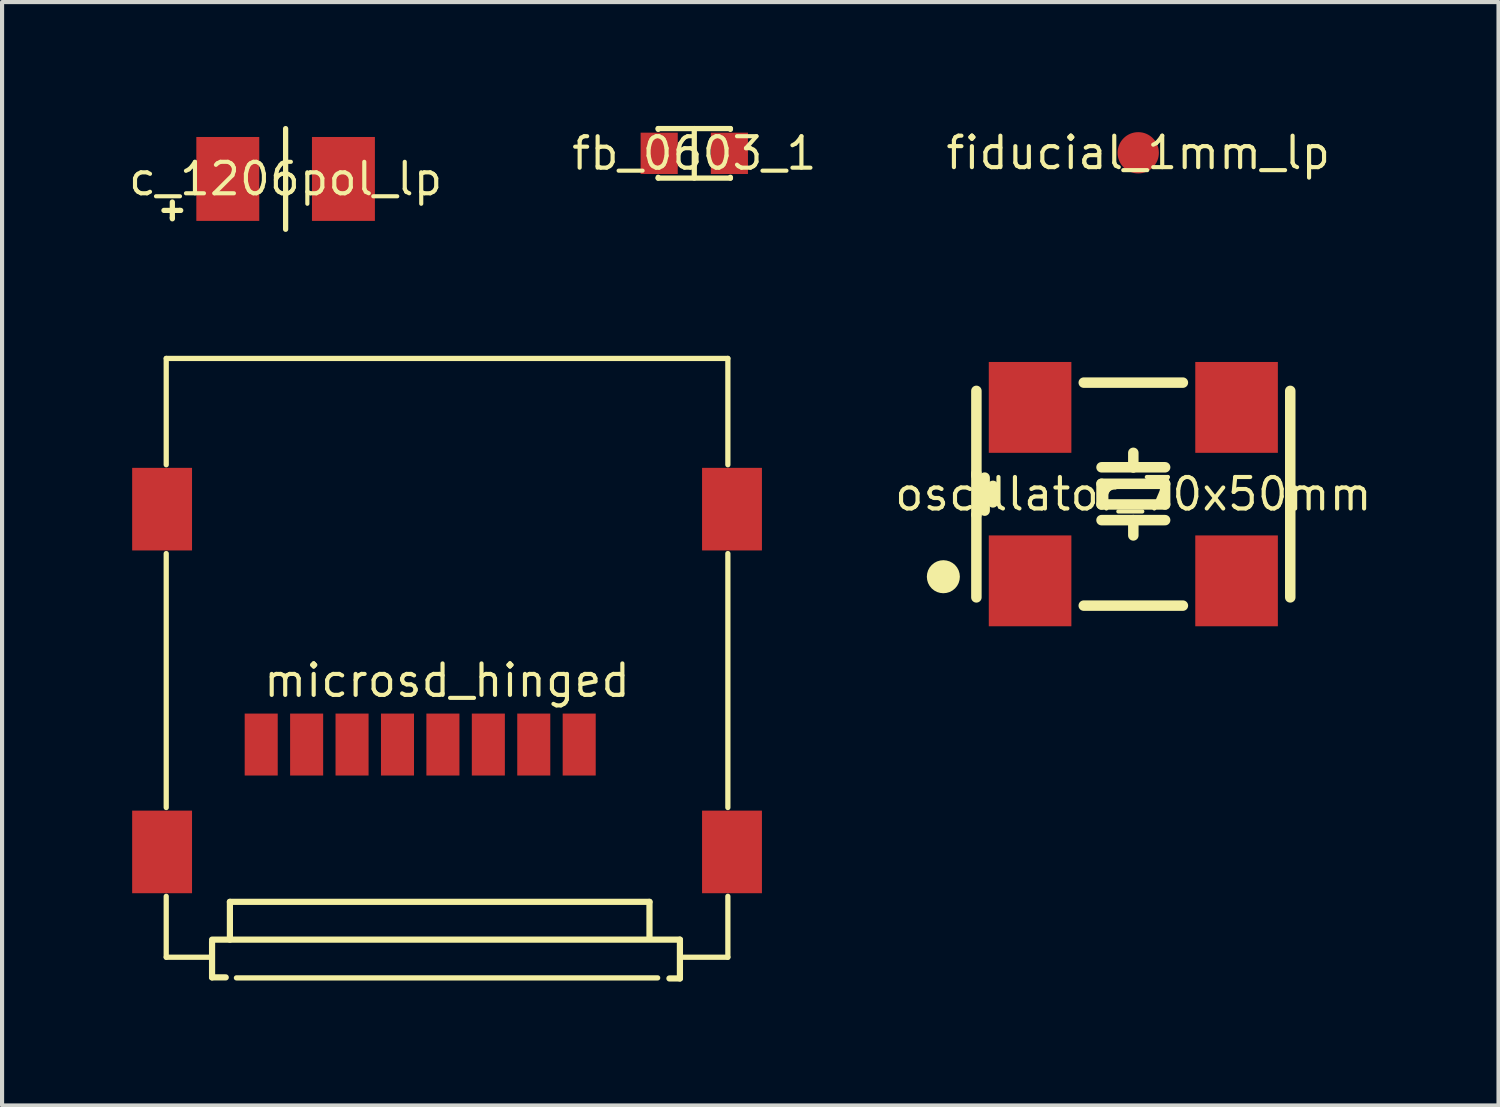
<source format=kicad_pcb>
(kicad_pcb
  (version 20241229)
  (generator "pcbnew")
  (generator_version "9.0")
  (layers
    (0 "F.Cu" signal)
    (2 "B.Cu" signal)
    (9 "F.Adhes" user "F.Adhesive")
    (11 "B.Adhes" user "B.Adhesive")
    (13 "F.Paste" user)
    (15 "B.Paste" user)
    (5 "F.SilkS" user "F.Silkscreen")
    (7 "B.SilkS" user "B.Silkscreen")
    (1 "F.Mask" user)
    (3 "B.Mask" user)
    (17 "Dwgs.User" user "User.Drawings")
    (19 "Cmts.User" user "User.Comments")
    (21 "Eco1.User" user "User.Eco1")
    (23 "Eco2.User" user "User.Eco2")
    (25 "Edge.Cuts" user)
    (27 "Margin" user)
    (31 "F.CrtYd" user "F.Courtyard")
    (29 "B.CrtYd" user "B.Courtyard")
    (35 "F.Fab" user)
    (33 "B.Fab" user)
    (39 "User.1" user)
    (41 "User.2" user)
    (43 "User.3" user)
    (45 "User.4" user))
  (footprint "microsd_hinged"
    (layer "F.Cu")
    (at 7.775 13.429)
    (property "Reference" "microsd_hinged" (at 0 0 0) (layer "F.SilkS") (effects (font (size 0.762 0.762) (thickness 0.1))))
    (attr through_hole)
    (fp_poly (pts (xy -7.775 -3) (xy -6.025 -3) (xy -6.025 -5.3) (xy -7.775 -5.3)) (stroke (width 0) (type solid)) (fill yes) (layer "F.Mask"))
    (fp_poly (pts (xy -7.775 5.3) (xy -6.025 5.3) (xy -6.025 3) (xy -7.775 3)) (stroke (width 0) (type solid)) (fill yes) (layer "F.Mask"))
    (fp_poly (pts (xy -5.05 2.45) (xy -3.95 2.45) (xy -3.95 0.65) (xy -5.05 0.65)) (stroke (width 0) (type solid)) (fill yes) (layer "F.Mask"))
    (fp_poly (pts (xy -3.95 2.45) (xy -2.85 2.45) (xy -2.85 0.65) (xy -3.95 0.65)) (stroke (width 0) (type solid)) (fill yes) (layer "F.Mask"))
    (fp_poly (pts (xy -2.85 2.45) (xy -1.75 2.45) (xy -1.75 0.65) (xy -2.85 0.65)) (stroke (width 0) (type solid)) (fill yes) (layer "F.Mask"))
    (fp_poly (pts (xy -1.75 2.45) (xy -0.65 2.45) (xy -0.65 0.65) (xy -1.75 0.65)) (stroke (width 0) (type solid)) (fill yes) (layer "F.Mask"))
    (fp_poly (pts (xy -0.65 2.45) (xy 0.45 2.45) (xy 0.45 0.65) (xy -0.65 0.65)) (stroke (width 0) (type solid)) (fill yes) (layer "F.Mask"))
    (fp_poly (pts (xy 0.45 2.45) (xy 1.55 2.45) (xy 1.55 0.65) (xy 0.45 0.65)) (stroke (width 0) (type solid)) (fill yes) (layer "F.Mask"))
    (fp_poly (pts (xy 1.55 2.45) (xy 2.65 2.45) (xy 2.65 0.65) (xy 1.55 0.65)) (stroke (width 0) (type solid)) (fill yes) (layer "F.Mask"))
    (fp_poly (pts (xy 2.65 2.45) (xy 3.75 2.45) (xy 3.75 0.65) (xy 2.65 0.65)) (stroke (width 0) (type solid)) (fill yes) (layer "F.Mask"))
    (fp_poly (pts (xy 6.025 -3) (xy 7.775 -3) (xy 7.775 -5.3) (xy 6.025 -5.3)) (stroke (width 0) (type solid)) (fill yes) (layer "F.Mask"))
    (fp_poly (pts (xy 6.025 5.3) (xy 7.775 5.3) (xy 7.775 3) (xy 6.025 3)) (stroke (width 0) (type solid)) (fill yes) (layer "F.Mask"))
    (fp_line (start -6.8 -7.8) (end 6.8 -7.8) (stroke (width 0.127) (type solid)) (layer "F.SilkS"))
    (fp_line (start -6.8 -5.225) (end -6.8 -7.8) (stroke (width 0.127) (type solid)) (layer "F.SilkS"))
    (fp_line (start -6.8 -3.075) (end -6.8 3.075) (stroke (width 0.127) (type solid)) (layer "F.SilkS"))
    (fp_line (start -6.8 6.7) (end -6.8 5.225) (stroke (width 0.127) (type solid)) (layer "F.SilkS"))
    (fp_line (start -6.8 6.7) (end -5.725 6.7) (stroke (width 0.127) (type solid)) (layer "F.SilkS"))
    (fp_line (start -5.69 6.274) (end 5.639 6.274) (stroke (width 0.15) (type solid)) (layer "F.SilkS"))
    (fp_line (start -5.69 6.325) (end -5.69 7.188) (stroke (width 0.15) (type solid)) (layer "F.SilkS"))
    (fp_line (start -5.69 7.188) (end -5.359 7.188) (stroke (width 0.15) (type solid)) (layer "F.SilkS"))
    (fp_line (start -5.258 5.359) (end 4.902 5.359) (stroke (width 0.15) (type solid)) (layer "F.SilkS"))
    (fp_line (start -5.258 6.274) (end -5.258 5.359) (stroke (width 0.15) (type solid)) (layer "F.SilkS"))
    (fp_line (start -5.1 7.2) (end 5.1 7.2) (stroke (width 0.127) (type solid)) (layer "F.SilkS"))
    (fp_line (start 4.902 5.359) (end 4.902 6.248) (stroke (width 0.15) (type solid)) (layer "F.SilkS"))
    (fp_line (start 5.639 6.274) (end 5.639 7.214) (stroke (width 0.15) (type solid)) (layer "F.SilkS"))
    (fp_line (start 5.639 7.214) (end 5.385 7.214) (stroke (width 0.15) (type solid)) (layer "F.SilkS"))
    (fp_line (start 6.8 -7.8) (end 6.8 -5.225) (stroke (width 0.127) (type solid)) (layer "F.SilkS"))
    (fp_line (start 6.8 3.075) (end 6.8 -3.075) (stroke (width 0.127) (type solid)) (layer "F.SilkS"))
    (fp_line (start 6.8 6.7) (end 5.725 6.7) (stroke (width 0.127) (type solid)) (layer "F.SilkS"))
    (fp_line (start 6.8 6.7) (end 6.8 5.225) (stroke (width 0.127) (type solid)) (layer "F.SilkS"))
    (pad "1" smd rect (at 3.2 1.55) (size 0.8 1.5) (layers "F.Cu" "F.Paste"))
    (pad "2" smd rect (at 2.1 1.55) (size 0.8 1.5) (layers "F.Cu" "F.Paste"))
    (pad "3" smd rect (at 1 1.55) (size 0.8 1.5) (layers "F.Cu" "F.Paste"))
    (pad "4" smd rect (at -0.1 1.55) (size 0.8 1.5) (layers "F.Cu" "F.Paste"))
    (pad "5" smd rect (at -1.2 1.55) (size 0.8 1.5) (layers "F.Cu" "F.Paste"))
    (pad "6" smd rect (at -2.3 1.55) (size 0.8 1.5) (layers "F.Cu" "F.Paste"))
    (pad "7" smd rect (at -3.4 1.55) (size 0.8 1.5) (layers "F.Cu" "F.Paste"))
    (pad "8" smd rect (at -4.5 1.55) (size 0.8 1.5) (layers "F.Cu" "F.Paste"))
    (pad "9" smd rect (at 6.9 4.15) (size 1.45 2) (layers "F.Cu" "F.Paste"))
    (pad "10" smd rect (at -6.9 4.15) (size 1.45 2) (layers "F.Cu" "F.Paste"))
    (pad "11" smd rect (at 6.9 -4.15) (size 1.45 2) (layers "F.Cu" "F.Paste"))
    (pad "12" smd rect (at -6.9 -4.15) (size 1.45 2) (layers "F.Cu" "F.Paste")))
  (footprint "fb_0603_1"
    (layer "F.Cu")
    (at 13.762 0.663)
    (property "Reference" "fb_0603_1" (at 0 0 0) (layer "F.SilkS") (effects (font (size 0.762 0.762) (thickness 0.1))))
    (attr through_hole)
    (fp_poly (pts (xy -1.45 0.65) (xy -0.25 0.65) (xy -0.25 -0.65) (xy -1.45 -0.65)) (stroke (width 0) (type solid)) (fill yes) (layer "F.Mask"))
    (fp_poly (pts (xy 0.25 0.65) (xy 1.45 0.65) (xy 1.45 -0.65) (xy 0.25 -0.65)) (stroke (width 0) (type solid)) (fill yes) (layer "F.Mask"))
    (fp_line (start -0.875 -0.58) (end -0.875 -0.6) (stroke (width 0.127) (type solid)) (layer "F.SilkS"))
    (fp_line (start -0.875 0.6) (end -0.875 0.58) (stroke (width 0.127) (type solid)) (layer "F.SilkS"))
    (fp_line (start -0.875 0.6) (end 0.875 0.6) (stroke (width 0.127) (type solid)) (layer "F.SilkS"))
    (fp_line (start 0 -0.6) (end 0 0.6) (stroke (width 0.127) (type solid)) (layer "F.SilkS"))
    (fp_line (start 0.875 -0.6) (end -0.875 -0.6) (stroke (width 0.127) (type solid)) (layer "F.SilkS"))
    (fp_line (start 0.875 -0.6) (end 0.875 -0.58) (stroke (width 0.127) (type solid)) (layer "F.SilkS"))
    (fp_line (start 0.875 0.58) (end 0.875 0.6) (stroke (width 0.127) (type solid)) (layer "F.SilkS"))
    (pad "1" smd rect (at -0.85 0) (size 0.899 1.001) (layers "F.Cu" "F.Paste"))
    (pad "2" smd rect (at 0.85 0) (size 0.899 1.001) (layers "F.Cu" "F.Paste")))
  (footprint "oscillator_70x50mm"
    (layer "F.Cu")
    (at 24.393 8.915)
    (property "Reference" "oscillator_70x50mm" (at 0 0 0) (layer "F.SilkS") (effects (font (size 0.762 0.762) (thickness 0.1))))
    (attr through_hole)
    (fp_poly (pts (xy -3.65 -0.85) (xy -1.35 -0.85) (xy -1.35 -3.35) (xy -3.65 -3.35)) (stroke (width 0) (type solid)) (fill yes) (layer "F.Mask"))
    (fp_poly (pts (xy -3.65 3.35) (xy -1.35 3.35) (xy -1.35 0.85) (xy -3.65 0.85)) (stroke (width 0) (type solid)) (fill yes) (layer "F.Mask"))
    (fp_poly (pts (xy 1.35 -0.85) (xy 3.65 -0.85) (xy 3.65 -3.35) (xy 1.35 -3.35)) (stroke (width 0) (type solid)) (fill yes) (layer "F.Mask"))
    (fp_poly (pts (xy 1.35 3.35) (xy 3.65 3.35) (xy 3.65 0.85) (xy 1.35 0.85)) (stroke (width 0) (type solid)) (fill yes) (layer "F.Mask"))
    (fp_line (start -3.8 -2.5) (end -3.8 -0.45) (stroke (width 0.254) (type solid)) (layer "F.SilkS"))
    (fp_line (start -3.8 -0.5) (end -3.8 0.5) (stroke (width 0.254) (type solid)) (layer "F.SilkS"))
    (fp_line (start -3.8 0.5) (end -3.8 2.5) (stroke (width 0.254) (type solid)) (layer "F.SilkS"))
    (fp_line (start -3.6 -0.4) (end -3.6 0.4) (stroke (width 0.254) (type solid)) (layer "F.SilkS"))
    (fp_line (start -3.4 -0.2) (end -3.4 0.2) (stroke (width 0.254) (type solid)) (layer "F.SilkS"))
    (fp_line (start -1.2 2.7) (end 1.2 2.7) (stroke (width 0.254) (type solid)) (layer "F.SilkS"))
    (fp_line (start -0.77 -0.65) (end 0 -0.65) (stroke (width 0.254) (type solid)) (layer "F.SilkS"))
    (fp_line (start -0.77 -0.25) (end -0.77 0.25) (stroke (width 0.254) (type solid)) (layer "F.SilkS"))
    (fp_line (start -0.77 0.25) (end 0.77 0.25) (stroke (width 0.254) (type solid)) (layer "F.SilkS"))
    (fp_line (start -0.77 0.63) (end 0 0.63) (stroke (width 0.254) (type solid)) (layer "F.SilkS"))
    (fp_line (start 0 -0.65) (end 0 -1) (stroke (width 0.254) (type solid)) (layer "F.SilkS"))
    (fp_line (start 0 -0.65) (end 0.77 -0.65) (stroke (width 0.254) (type solid)) (layer "F.SilkS"))
    (fp_line (start 0 0.63) (end 0 1) (stroke (width 0.254) (type solid)) (layer "F.SilkS"))
    (fp_line (start 0 0.63) (end 0.77 0.63) (stroke (width 0.254) (type solid)) (layer "F.SilkS"))
    (fp_line (start 0.77 -0.25) (end -0.77 -0.25) (stroke (width 0.254) (type solid)) (layer "F.SilkS"))
    (fp_line (start 0.77 0.25) (end 0.77 -0.25) (stroke (width 0.254) (type solid)) (layer "F.SilkS"))
    (fp_line (start 1.2 -2.7) (end -1.2 -2.7) (stroke (width 0.254) (type solid)) (layer "F.SilkS"))
    (fp_line (start 3.8 2.5) (end 3.8 -2.5) (stroke (width 0.254) (type solid)) (layer "F.SilkS"))
    (fp_poly (pts (xy -4.2 2) (xy -4.208 1.922) (xy -4.23 1.847) (xy -4.267 1.778) (xy -4.317 1.717) (xy -4.378 1.667) (xy -4.447 1.63) (xy -4.522 1.608) (xy -4.6 1.6) (xy -4.678 1.608) (xy -4.753 1.63) (xy -4.822 1.667) (xy -4.883 1.717) (xy -4.933 1.778) (xy -4.97 1.847) (xy -4.992 1.922) (xy -5 2) (xy -4.992 2.078) (xy -4.97 2.153) (xy -4.933 2.222) (xy -4.883 2.283) (xy -4.822 2.333) (xy -4.753 2.37) (xy -4.678 2.392) (xy -4.6 2.4) (xy -4.522 2.392) (xy -4.447 2.37) (xy -4.378 2.333) (xy -4.317 2.283) (xy -4.267 2.222) (xy -4.23 2.153) (xy -4.208 2.078)) (stroke (width 0) (type solid)) (fill yes) (layer "F.SilkS"))
    (pad "1" smd rect (at -2.5 2.1) (size 2 2.2) (layers "F.Cu" "F.Paste"))
    (pad "2" smd rect (at 2.5 2.1) (size 2 2.2) (layers "F.Cu" "F.Paste"))
    (pad "3" smd rect (at 2.5 -2.1) (size 2 2.2) (layers "F.Cu" "F.Paste"))
    (pad "4" smd rect (at -2.5 -2.1) (size 2 2.2) (layers "F.Cu" "F.Paste")))
  (footprint "c_1206pol_lp"
    (layer "F.Cu")
    (at 3.866 1.283)
    (property "Reference" "c_1206pol_lp" (at 0 0 0) (layer "F.SilkS") (effects (font (size 0.762 0.762) (thickness 0.1))))
    (attr through_hole)
    (fp_poly (pts (xy -2.312 1.166) (xy -0.488 1.166) (xy -0.488 -1.166) (xy -2.312 -1.166)) (stroke (width 0) (type solid)) (fill yes) (layer "F.Mask"))
    (fp_poly (pts (xy 0.488 1.166) (xy 2.312 1.166) (xy 2.312 -1.166) (xy 0.488 -1.166)) (stroke (width 0) (type solid)) (fill yes) (layer "F.Mask"))
    (fp_line (start -2.946 0.762) (end -2.565 0.762) (stroke (width 0.127) (type solid)) (layer "F.SilkS"))
    (fp_line (start -2.743 0.559) (end -2.743 0.94) (stroke (width 0.127) (type solid)) (layer "F.SilkS"))
    (fp_line (start -2.743 0.94) (end -2.743 0.965) (stroke (width 0.127) (type solid)) (layer "F.SilkS"))
    (fp_line (start -2.565 0.762) (end -2.54 0.762) (stroke (width 0.127) (type solid)) (layer "F.SilkS"))
    (fp_line (start 0 1.219) (end 0 -1.219) (stroke (width 0.127) (type solid)) (layer "F.SilkS"))
    (pad "1" smd rect (at -1.4 0) (size 1.524 2.032) (layers "F.Cu" "F.Paste"))
    (pad "2" smd rect (at 1.4 0) (size 1.524 2.032) (layers "F.Cu" "F.Paste")))
  (footprint "fiducial_1mm_lp"
    (layer "F.Cu")
    (at 24.512 0.65)
    (property "Reference" "fiducial_1mm_lp" (at 0 0 0) (layer "F.SilkS") (effects (font (size 0.762 0.762) (thickness 0.1))))
    (attr through_hole)
    (fp_poly (pts (xy 0.65 0) (xy 0.638 -0.127) (xy 0.601 -0.249) (xy 0.54 -0.361) (xy 0.46 -0.46) (xy 0.361 -0.54) (xy 0.249 -0.601) (xy 0.127 -0.638) (xy 0 -0.65) (xy -0.127 -0.638) (xy -0.249 -0.601) (xy -0.361 -0.54) (xy -0.46 -0.46) (xy -0.54 -0.361) (xy -0.601 -0.249) (xy -0.638 -0.127) (xy -0.65 0) (xy -0.638 0.127) (xy -0.601 0.249) (xy -0.54 0.361) (xy -0.46 0.46) (xy -0.361 0.54) (xy -0.249 0.601) (xy -0.127 0.638) (xy 0 0.65) (xy 0.127 0.638) (xy 0.249 0.601) (xy 0.361 0.54) (xy 0.46 0.46) (xy 0.54 0.361) (xy 0.601 0.249) (xy 0.638 0.127)) (stroke (width 0) (type solid)) (fill yes) (layer "F.Mask"))
    (pad "1" smd circle (at 0 0) (size 1 1) (layers "F.Cu" "F.Paste")))
  (gr_rect
    (start -3 -3)
    (end 33.236 23.718)
    (stroke (width 0.1) (type default))
    (fill no)
    (layer "Edge.Cuts")))
</source>
